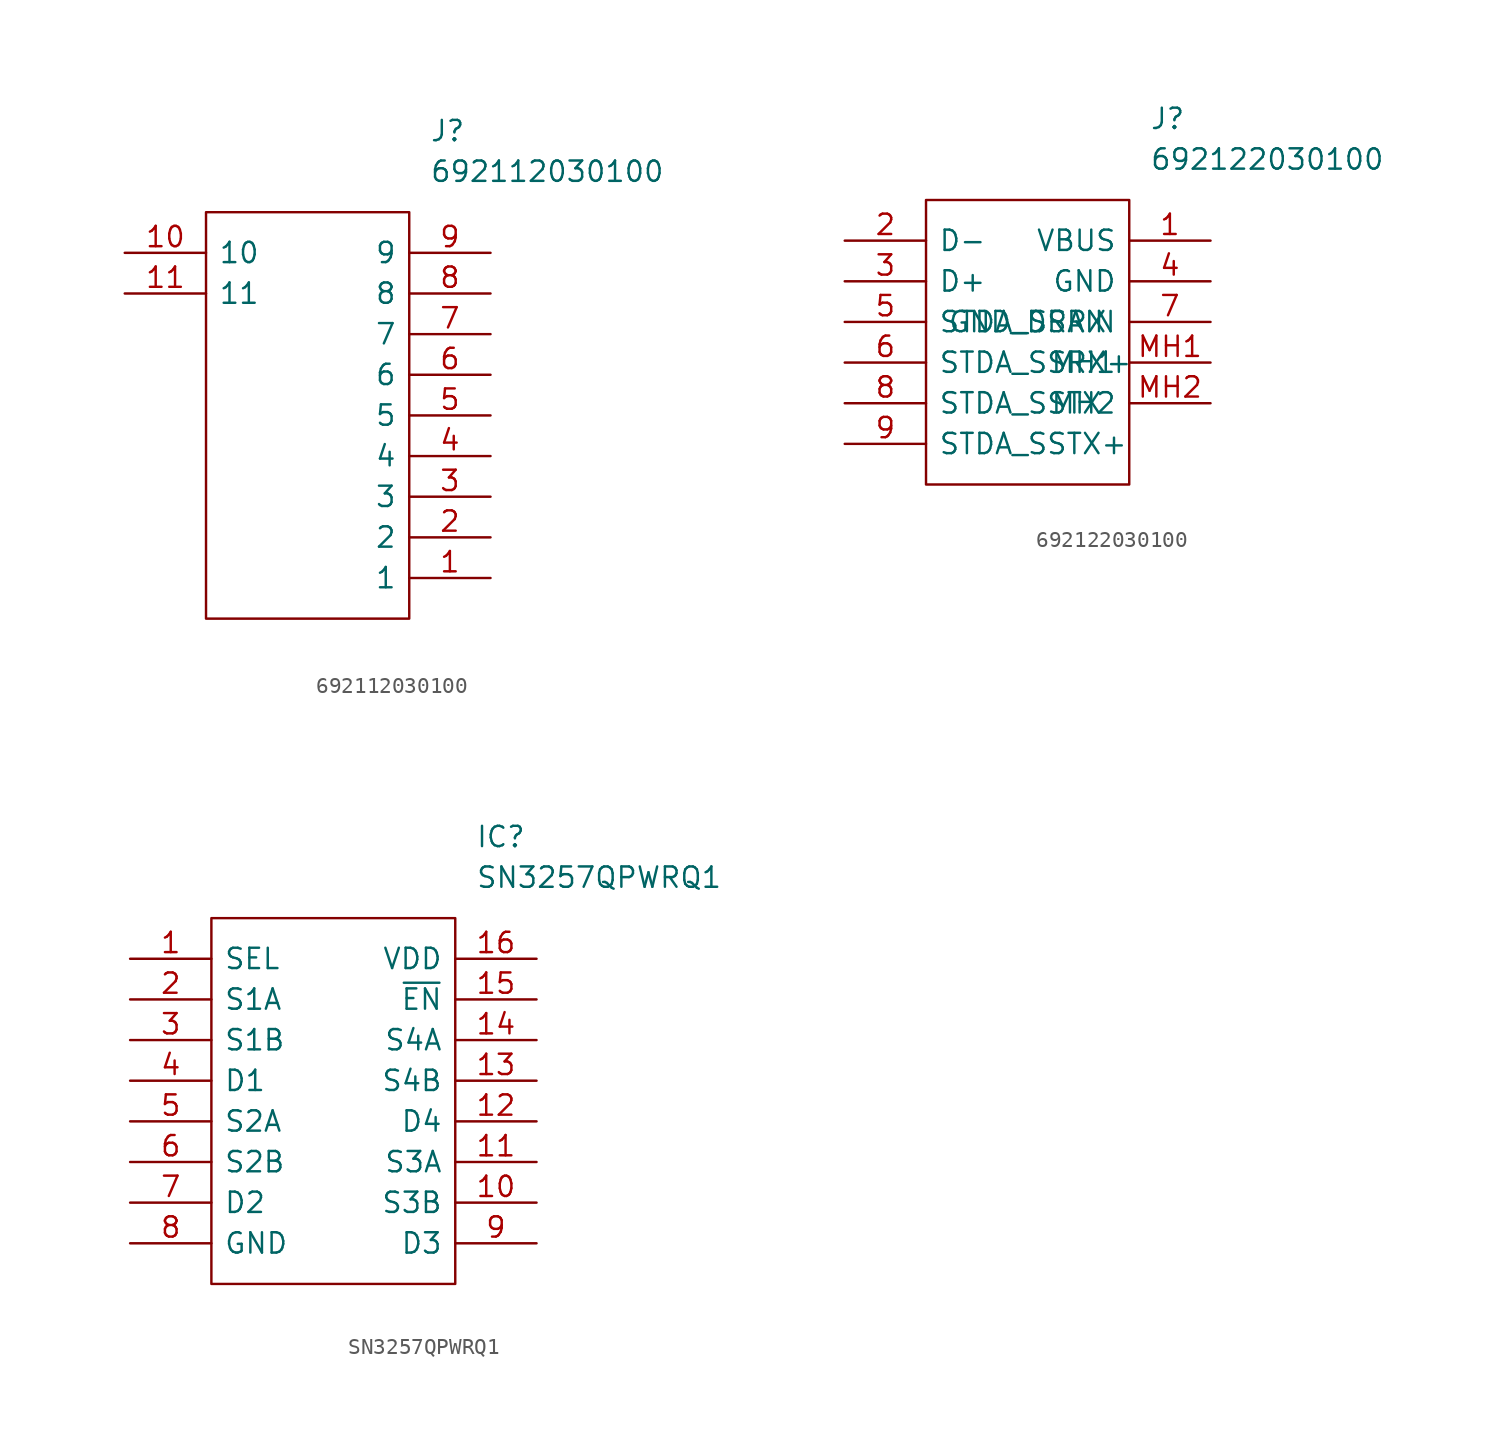
<source format=kicad_sym>
(kicad_symbol_lib
  (version 20220914)
  (generator kicad_symbol_editor)
  (symbol "692112030100"
    (pin_names
      (offset 0.762))
    (property "Reference" "J"
      (at 19.05 7.62 0)
      (effects (font (size 1.27 1.27)) (justify left)))
    (property "Value" "692112030100"
      (at 19.05 5.08 0)
      (effects (font (size 1.27 1.27)) (justify left)))
    (symbol "692112030100_0_0"
      (pin passive line (at 22.86 -20.32 180) (length 5.08) (name "1" (effects (font (size 1.27 1.27)))) (number "1" (effects (font (size 1.27 1.27)))))
      (pin passive line (at 0 0 0) (length 5.08) (name "10" (effects (font (size 1.27 1.27)))) (number "10" (effects (font (size 1.27 1.27)))))
      (pin passive line (at 0 -2.54 0) (length 5.08) (name "11" (effects (font (size 1.27 1.27)))) (number "11" (effects (font (size 1.27 1.27)))))
      (pin passive line (at 22.86 -17.78 180) (length 5.08) (name "2" (effects (font (size 1.27 1.27)))) (number "2" (effects (font (size 1.27 1.27)))))
      (pin passive line (at 22.86 -15.24 180) (length 5.08) (name "3" (effects (font (size 1.27 1.27)))) (number "3" (effects (font (size 1.27 1.27)))))
      (pin passive line (at 22.86 -12.7 180) (length 5.08) (name "4" (effects (font (size 1.27 1.27)))) (number "4" (effects (font (size 1.27 1.27)))))
      (pin passive line (at 22.86 -10.16 180) (length 5.08) (name "5" (effects (font (size 1.27 1.27)))) (number "5" (effects (font (size 1.27 1.27)))))
      (pin passive line (at 22.86 -7.62 180) (length 5.08) (name "6" (effects (font (size 1.27 1.27)))) (number "6" (effects (font (size 1.27 1.27)))))
      (pin passive line (at 22.86 -5.08 180) (length 5.08) (name "7" (effects (font (size 1.27 1.27)))) (number "7" (effects (font (size 1.27 1.27)))))
      (pin passive line (at 22.86 -2.54 180) (length 5.08) (name "8" (effects (font (size 1.27 1.27)))) (number "8" (effects (font (size 1.27 1.27)))))
      (pin passive line (at 22.86 0 180) (length 5.08) (name "9" (effects (font (size 1.27 1.27)))) (number "9" (effects (font (size 1.27 1.27))))))
    (symbol "692112030100_0_1"
      (polyline (pts (xy 5.08 2.54) (xy 17.78 2.54) (xy 17.78 -22.86) (xy 5.08 -22.86) (xy 5.08 2.54)) (stroke (width 0.152) (type default)) (fill (type none)))))
  (symbol "692122030100"
    (pin_names
      (offset 0.762))
    (property "Reference" "J"
      (at 19.05 7.62 0)
      (effects (font (size 1.27 1.27)) (justify left)))
    (property "Value" "692122030100"
      (at 19.05 5.08 0)
      (effects (font (size 1.27 1.27)) (justify left)))
    (symbol "692122030100_0_0"
      (pin passive line (at 22.86 0 180) (length 5.08) (name "VBUS" (effects (font (size 1.27 1.27)))) (number "1" (effects (font (size 1.27 1.27)))))
      (pin passive line (at 0 0 0) (length 5.08) (name "D-" (effects (font (size 1.27 1.27)))) (number "2" (effects (font (size 1.27 1.27)))))
      (pin passive line (at 0 -2.54 0) (length 5.08) (name "D+" (effects (font (size 1.27 1.27)))) (number "3" (effects (font (size 1.27 1.27)))))
      (pin passive line (at 22.86 -2.54 180) (length 5.08) (name "GND" (effects (font (size 1.27 1.27)))) (number "4" (effects (font (size 1.27 1.27)))))
      (pin passive line (at 0 -5.08 0) (length 5.08) (name "STDA_SSRX" (effects (font (size 1.27 1.27)))) (number "5" (effects (font (size 1.27 1.27)))))
      (pin passive line (at 0 -7.62 0) (length 5.08) (name "STDA_SSRX+" (effects (font (size 1.27 1.27)))) (number "6" (effects (font (size 1.27 1.27)))))
      (pin passive line (at 22.86 -5.08 180) (length 5.08) (name "GND_DRAIN" (effects (font (size 1.27 1.27)))) (number "7" (effects (font (size 1.27 1.27)))))
      (pin passive line (at 0 -10.16 0) (length 5.08) (name "STDA_SSTX" (effects (font (size 1.27 1.27)))) (number "8" (effects (font (size 1.27 1.27)))))
      (pin passive line (at 0 -12.7 0) (length 5.08) (name "STDA_SSTX+" (effects (font (size 1.27 1.27)))) (number "9" (effects (font (size 1.27 1.27)))))
      (pin passive line (at 22.86 -7.62 180) (length 5.08) (name "MH1" (effects (font (size 1.27 1.27)))) (number "MH1" (effects (font (size 1.27 1.27)))))
      (pin passive line (at 22.86 -10.16 180) (length 5.08) (name "MH2" (effects (font (size 1.27 1.27)))) (number "MH2" (effects (font (size 1.27 1.27))))))
    (symbol "692122030100_0_1"
      (polyline (pts (xy 5.08 2.54) (xy 17.78 2.54) (xy 17.78 -15.24) (xy 5.08 -15.24) (xy 5.08 2.54)) (stroke (width 0.152) (type default)) (fill (type none)))))
  (symbol "SN3257QPWRQ1"
    (pin_names
      (offset 0.762))
    (property "Reference" "IC"
      (at 21.59 7.62 0)
      (effects (font (size 1.27 1.27)) (justify left)))
    (property "Value" "SN3257QPWRQ1"
      (at 21.59 5.08 0)
      (effects (font (size 1.27 1.27)) (justify left)))
    (symbol "SN3257QPWRQ1_0_0"
      (pin passive line (at 0 0 0) (length 5.08) (name "SEL" (effects (font (size 1.27 1.27)))) (number "1" (effects (font (size 1.27 1.27)))))
      (pin passive line (at 25.4 -15.24 180) (length 5.08) (name "S3B" (effects (font (size 1.27 1.27)))) (number "10" (effects (font (size 1.27 1.27)))))
      (pin passive line (at 25.4 -12.7 180) (length 5.08) (name "S3A" (effects (font (size 1.27 1.27)))) (number "11" (effects (font (size 1.27 1.27)))))
      (pin passive line (at 25.4 -10.16 180) (length 5.08) (name "D4" (effects (font (size 1.27 1.27)))) (number "12" (effects (font (size 1.27 1.27)))))
      (pin passive line (at 25.4 -7.62 180) (length 5.08) (name "S4B" (effects (font (size 1.27 1.27)))) (number "13" (effects (font (size 1.27 1.27)))))
      (pin passive line (at 25.4 -5.08 180) (length 5.08) (name "S4A" (effects (font (size 1.27 1.27)))) (number "14" (effects (font (size 1.27 1.27)))))
      (pin passive line (at 25.4 -2.54 180) (length 5.08) (name "~{EN}" (effects (font (size 1.27 1.27)))) (number "15" (effects (font (size 1.27 1.27)))))
      (pin passive line (at 25.4 0 180) (length 5.08) (name "VDD" (effects (font (size 1.27 1.27)))) (number "16" (effects (font (size 1.27 1.27)))))
      (pin passive line (at 0 -2.54 0) (length 5.08) (name "S1A" (effects (font (size 1.27 1.27)))) (number "2" (effects (font (size 1.27 1.27)))))
      (pin passive line (at 0 -5.08 0) (length 5.08) (name "S1B" (effects (font (size 1.27 1.27)))) (number "3" (effects (font (size 1.27 1.27)))))
      (pin passive line (at 0 -7.62 0) (length 5.08) (name "D1" (effects (font (size 1.27 1.27)))) (number "4" (effects (font (size 1.27 1.27)))))
      (pin passive line (at 0 -10.16 0) (length 5.08) (name "S2A" (effects (font (size 1.27 1.27)))) (number "5" (effects (font (size 1.27 1.27)))))
      (pin passive line (at 0 -12.7 0) (length 5.08) (name "S2B" (effects (font (size 1.27 1.27)))) (number "6" (effects (font (size 1.27 1.27)))))
      (pin passive line (at 0 -15.24 0) (length 5.08) (name "D2" (effects (font (size 1.27 1.27)))) (number "7" (effects (font (size 1.27 1.27)))))
      (pin passive line (at 0 -17.78 0) (length 5.08) (name "GND" (effects (font (size 1.27 1.27)))) (number "8" (effects (font (size 1.27 1.27)))))
      (pin passive line (at 25.4 -17.78 180) (length 5.08) (name "D3" (effects (font (size 1.27 1.27)))) (number "9" (effects (font (size 1.27 1.27))))))
    (symbol "SN3257QPWRQ1_0_1"
      (polyline (pts (xy 5.08 2.54) (xy 20.32 2.54) (xy 20.32 -20.32) (xy 5.08 -20.32) (xy 5.08 2.54)) (stroke (width 0.152) (type default)) (fill (type none))))))
</source>
